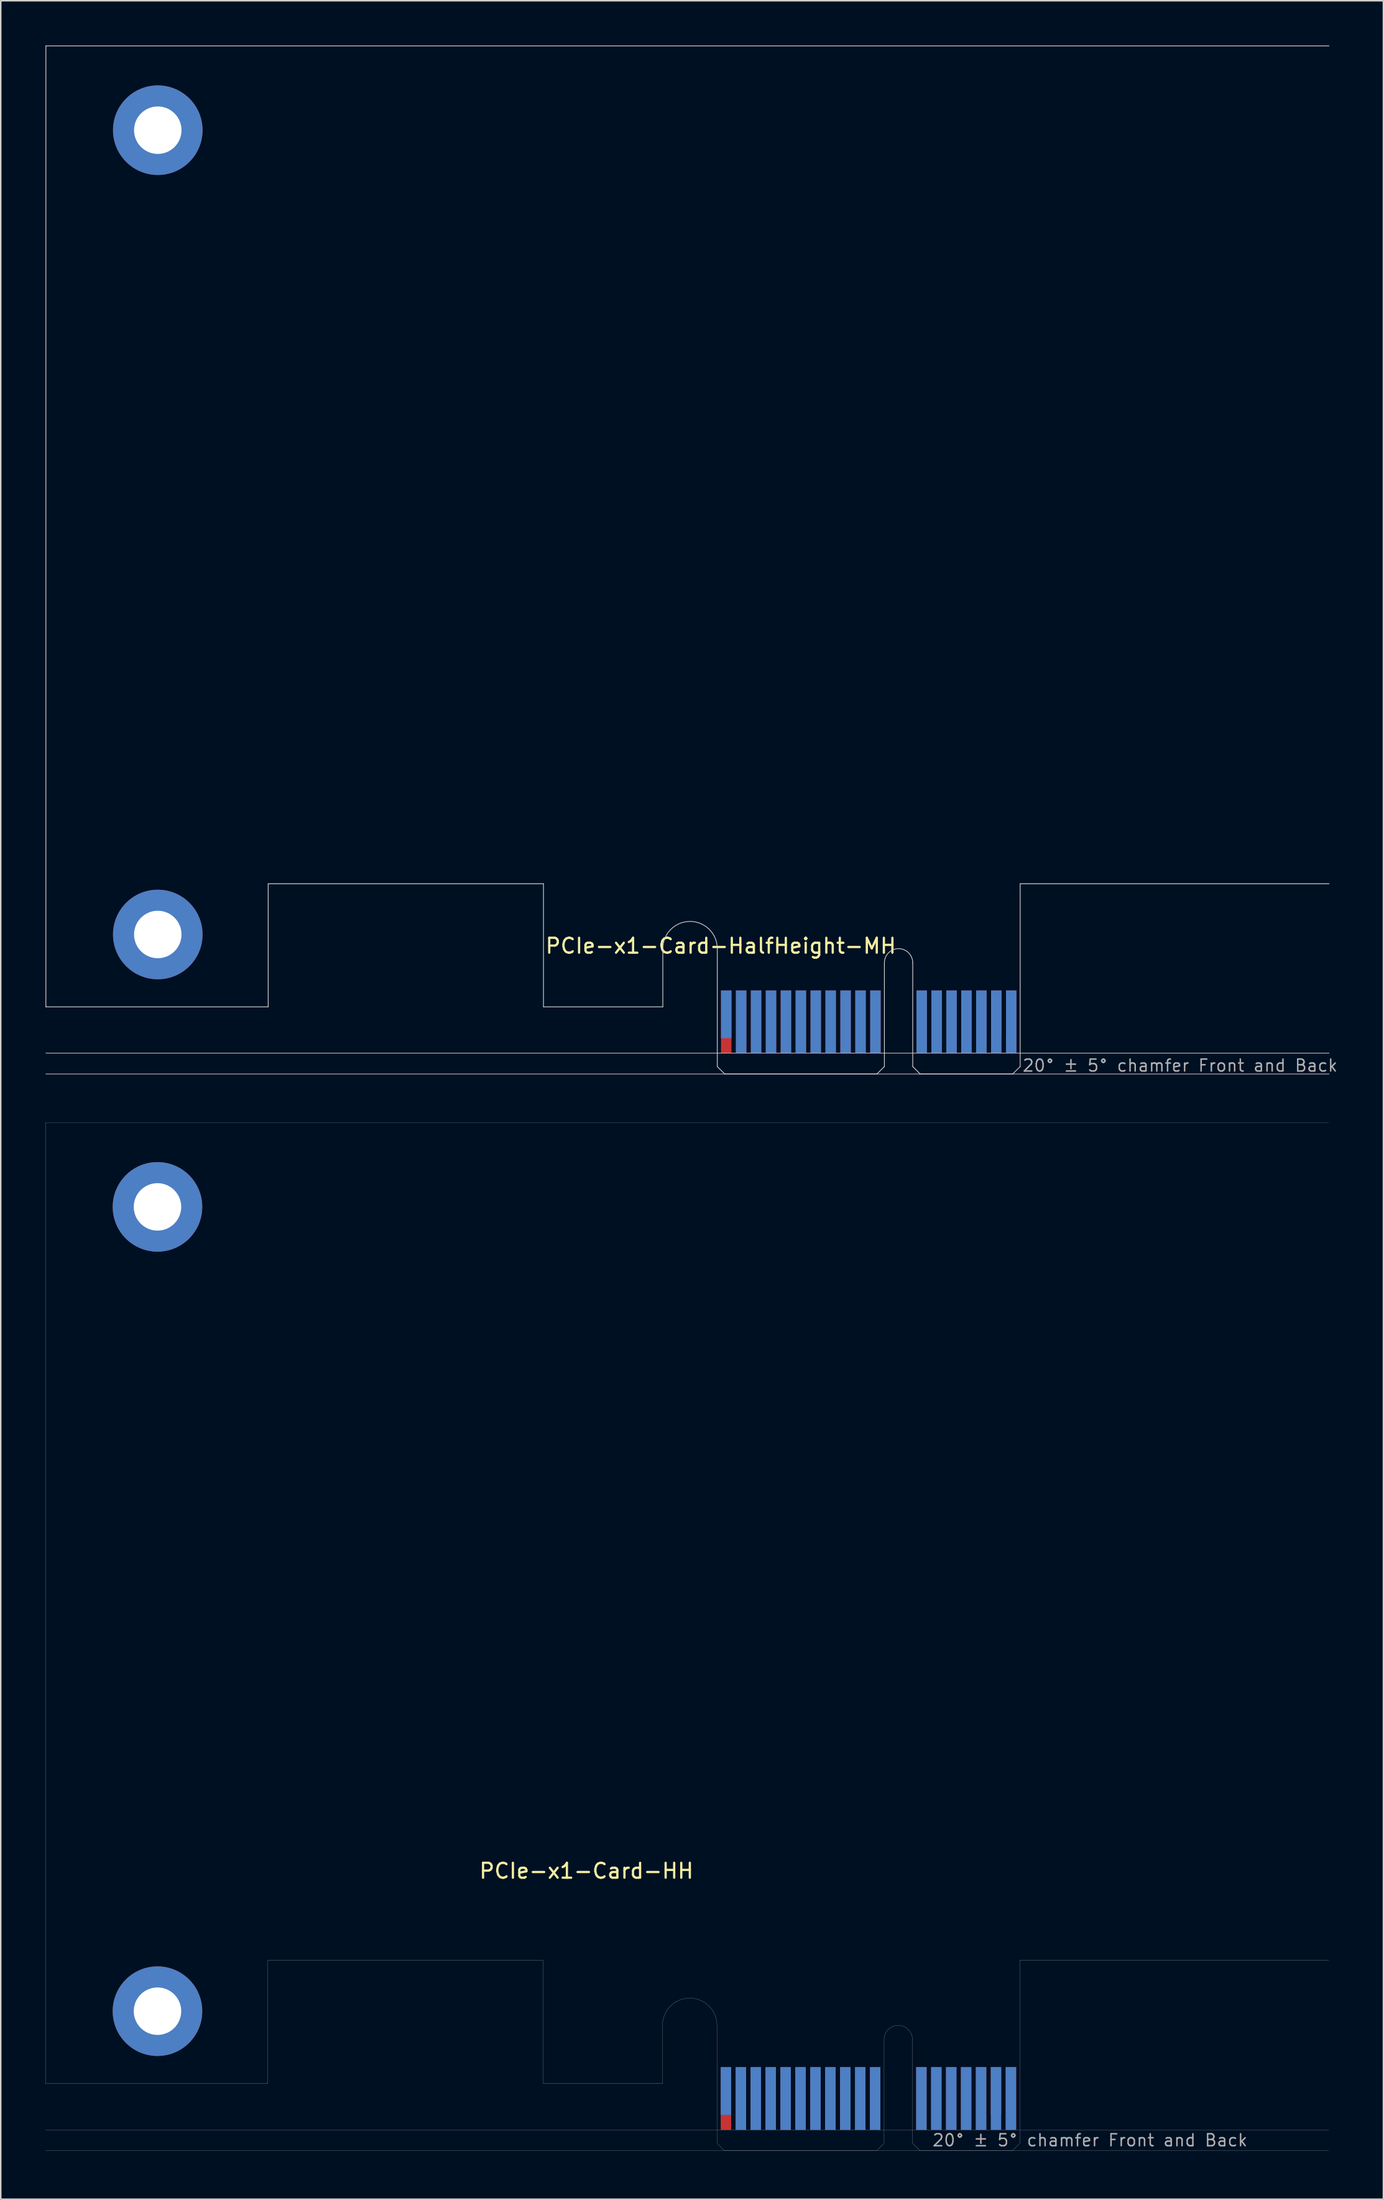
<source format=kicad_pcb>
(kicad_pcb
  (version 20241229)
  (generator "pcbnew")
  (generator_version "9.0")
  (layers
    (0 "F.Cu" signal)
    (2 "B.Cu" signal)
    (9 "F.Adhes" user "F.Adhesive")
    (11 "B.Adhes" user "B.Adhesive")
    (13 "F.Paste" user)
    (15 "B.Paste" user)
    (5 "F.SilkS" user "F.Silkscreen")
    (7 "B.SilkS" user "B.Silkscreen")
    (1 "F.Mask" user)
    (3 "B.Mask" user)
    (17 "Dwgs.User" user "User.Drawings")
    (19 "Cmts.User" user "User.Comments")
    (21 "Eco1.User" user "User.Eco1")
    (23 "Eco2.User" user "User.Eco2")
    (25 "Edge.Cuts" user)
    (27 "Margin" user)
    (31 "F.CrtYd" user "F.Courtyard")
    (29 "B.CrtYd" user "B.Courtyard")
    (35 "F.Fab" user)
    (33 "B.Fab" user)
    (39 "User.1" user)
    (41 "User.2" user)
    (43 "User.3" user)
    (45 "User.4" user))
  (footprint "PCIe-x1-Card-HalfHeight-MH"
    (layer "F.Cu")
    (at 45.025 68.925)
    (property "Reference" "PCIe-x1-Card-HalfHeight-MH" (at -11.6 -8 0) (layer "F.SilkS") (effects (font (size 1 1) (thickness 0.15)) (justify left bottom)))
    (attr exclude_from_pos_files exclude_from_bom)
    (fp_poly (pts (xy -3.65 -4.5) (xy -11.65 -4.5) (xy -11.65 -7.95) (xy -3.65 -7.95)) (stroke (width 0.1) (type solid)) (fill yes) (layer "F.Mask"))
    (fp_poly (pts (xy 11.2 -5.45) (xy 0 -5.45) (xy 0 0) (xy 11.2 0)) (stroke (width 0.1) (type solid)) (fill yes) (layer "F.Mask"))
    (fp_poly (pts (xy 20.3 -5.45) (xy 13.1 -5.45) (xy 13.1 0) (xy 20.3 0)) (stroke (width 0.1) (type solid)) (fill yes) (layer "F.Mask"))
    (fp_poly (pts (xy -3.65 -7.95) (xy -11.65 -7.95) (xy -11.65 -4.5) (xy -3.65 -4.5)) (stroke (width 0.1) (type solid)) (fill yes) (layer "B.Mask"))
    (fp_poly (pts (xy 11.2 0) (xy 0 0) (xy 0 -5.45) (xy 11.2 -5.45)) (stroke (width 0.1) (type solid)) (fill yes) (layer "B.Mask"))
    (fp_poly (pts (xy 20.3 -5.45) (xy 13.1 -5.45) (xy 13.1 0) (xy 20.3 0)) (stroke (width 0.1) (type solid)) (fill yes) (layer "B.Mask"))
    (fp_line (start -45 -68.9) (end 41 -68.9) (stroke (width 0.05) (type solid)) (layer "Edge.Cuts"))
    (fp_line (start -45 -4.5) (end -45 -68.9) (stroke (width 0.05) (type solid)) (layer "Edge.Cuts"))
    (fp_line (start -30.1 -12.75) (end -30.1 -4.5) (stroke (width 0.05) (type solid)) (layer "Edge.Cuts"))
    (fp_line (start -30.1 -4.5) (end -45 -4.5) (stroke (width 0.05) (type solid)) (layer "Edge.Cuts"))
    (fp_line (start -11.65 -12.75) (end -30.1 -12.75) (stroke (width 0.05) (type solid)) (layer "Edge.Cuts"))
    (fp_line (start -11.65 -4.5) (end -11.65 -12.75) (stroke (width 0.05) (type solid)) (layer "Edge.Cuts"))
    (fp_line (start -3.65 -4.5) (end -11.65 -4.5) (stroke (width 0.05) (type solid)) (layer "Edge.Cuts"))
    (fp_line (start -3.65 -4.5) (end -3.65 -8.4) (stroke (width 0.05) (type solid)) (layer "Edge.Cuts"))
    (fp_line (start 0 -0.5) (end 0 -8.4) (stroke (width 0.05) (type solid)) (layer "Edge.Cuts"))
    (fp_line (start 0.5 0) (end 0 -0.5) (stroke (width 0.05) (type solid)) (layer "Edge.Cuts"))
    (fp_line (start 0.5 0) (end 10.7 0) (stroke (width 0.05) (type solid)) (layer "Edge.Cuts"))
    (fp_line (start 10.7 0) (end 11.2 -0.5) (stroke (width 0.05) (type solid)) (layer "Edge.Cuts"))
    (fp_line (start 11.2 -0.5) (end 11.2 -7.45) (stroke (width 0.05) (type solid)) (layer "Edge.Cuts"))
    (fp_line (start 13.1 -0.5) (end 13.1 -7.45) (stroke (width 0.05) (type solid)) (layer "Edge.Cuts"))
    (fp_line (start 13.6 0) (end 13.1 -0.5) (stroke (width 0.05) (type solid)) (layer "Edge.Cuts"))
    (fp_line (start 19.8 0) (end 13.6 0) (stroke (width 0.05) (type solid)) (layer "Edge.Cuts"))
    (fp_line (start 19.8 0) (end 20.3 -0.5) (stroke (width 0.05) (type solid)) (layer "Edge.Cuts"))
    (fp_line (start 20.3 -12.75) (end 41 -12.75) (stroke (width 0.05) (type solid)) (layer "Edge.Cuts"))
    (fp_line (start 20.3 -0.5) (end 20.3 -12.75) (stroke (width 0.05) (type solid)) (layer "Edge.Cuts"))
    (fp_arc (start -3.65 -8.4) (mid -1.825 -10.225) (end 0 -8.4) (stroke (width 0.05) (type solid)) (layer "Edge.Cuts"))
    (fp_arc (start 11.2 -7.45) (mid 12.15 -8.4) (end 13.1 -7.45) (stroke (width 0.05) (type solid)) (layer "Edge.Cuts"))
    (fp_line (start -45 -1.4) (end 41 -1.4) (stroke (width 0.05) (type solid)) (layer "F.Fab"))
    (fp_line (start 41 0) (end -45 0) (stroke (width 0.05) (type solid)) (layer "F.Fab"))
    (fp_text user "20° ± 5° chamfer Front and Back" (at 20.4 -0.1 0) (layer "F.Fab") (effects (font (size 0.8 0.8) (thickness 0.1)) (justify left bottom)))
    (pad "A1" smd rect (at 0.6 -4) (size 0.7 3.2) (layers "B.Cu"))
    (pad "A2" smd rect (at 1.6 -3.5) (size 0.7 4.2) (layers "B.Cu"))
    (pad "A3" smd rect (at 2.6 -3.5) (size 0.7 4.2) (layers "B.Cu"))
    (pad "A4" smd rect (at 3.6 -3.5) (size 0.7 4.2) (layers "B.Cu"))
    (pad "A5" smd rect (at 4.6 -3.5) (size 0.7 4.2) (layers "B.Cu"))
    (pad "A6" smd rect (at 5.6 -3.5) (size 0.7 4.2) (layers "B.Cu"))
    (pad "A7" smd rect (at 6.6 -3.5) (size 0.7 4.2) (layers "B.Cu"))
    (pad "A8" smd rect (at 7.6 -3.5) (size 0.7 4.2) (layers "B.Cu"))
    (pad "A9" smd rect (at 8.6 -3.5) (size 0.7 4.2) (layers "B.Cu"))
    (pad "A10" smd rect (at 9.6 -3.5) (size 0.7 4.2) (layers "B.Cu"))
    (pad "A11" smd rect (at 10.6 -3.5) (size 0.7 4.2) (layers "B.Cu"))
    (pad "A12" smd rect (at 13.7 -3.5) (size 0.7 4.2) (layers "B.Cu"))
    (pad "A13" smd rect (at 14.7 -3.5) (size 0.7 4.2) (layers "B.Cu"))
    (pad "A14" smd rect (at 15.7 -3.5) (size 0.7 4.2) (layers "B.Cu"))
    (pad "A15" smd rect (at 16.7 -3.5) (size 0.7 4.2) (layers "B.Cu"))
    (pad "A16" smd rect (at 17.7 -3.5) (size 0.7 4.2) (layers "B.Cu"))
    (pad "A17" smd rect (at 18.7 -3.5) (size 0.7 4.2) (layers "B.Cu"))
    (pad "A18" smd rect (at 19.7 -3.5) (size 0.7 4.2) (layers "B.Cu"))
    (pad "B1" smd rect (at 0.6 -3.5) (size 0.7 4.2) (layers "F.Cu"))
    (pad "B2" smd rect (at 1.6 -3.5) (size 0.7 4.2) (layers "F.Cu"))
    (pad "B3" smd rect (at 2.6 -3.5) (size 0.7 4.2) (layers "F.Cu"))
    (pad "B4" smd rect (at 3.6 -3.5) (size 0.7 4.2) (layers "F.Cu"))
    (pad "B5" smd rect (at 4.6 -3.5) (size 0.7 4.2) (layers "F.Cu"))
    (pad "B6" smd rect (at 5.6 -3.5) (size 0.7 4.2) (layers "F.Cu"))
    (pad "B7" smd rect (at 6.6 -3.5) (size 0.7 4.2) (layers "F.Cu"))
    (pad "B8" smd rect (at 7.6 -3.5) (size 0.7 4.2) (layers "F.Cu"))
    (pad "B9" smd rect (at 8.6 -3.5) (size 0.7 4.2) (layers "F.Cu"))
    (pad "B10" smd rect (at 9.6 -3.5) (size 0.7 4.2) (layers "F.Cu"))
    (pad "B11" smd rect (at 10.6 -3.5) (size 0.7 4.2) (layers "F.Cu"))
    (pad "B12" smd rect (at 13.7 -3.5) (size 0.7 4.2) (layers "F.Cu"))
    (pad "B13" smd rect (at 14.7 -3.5) (size 0.7 4.2) (layers "F.Cu"))
    (pad "B14" smd rect (at 15.7 -3.5) (size 0.7 4.2) (layers "F.Cu"))
    (pad "B15" smd rect (at 16.7 -3.5) (size 0.7 4.2) (layers "F.Cu"))
    (pad "B16" smd rect (at 17.7 -3.5) (size 0.7 4.2) (layers "F.Cu"))
    (pad "B17" smd rect (at 18.7 -4) (size 0.7 3.2) (layers "F.Cu"))
    (pad "B18" smd rect (at 19.7 -3.5) (size 0.7 4.2) (layers "F.Cu"))
    (pad "GND" thru_hole circle (at -37.5 -63.25) (size 6 6) (drill 3.18) (layers "*.Cu" "*.Mask"))
    (pad "GND" thru_hole circle (at -37.5 -9.35) (size 6 6) (drill 3.18) (layers "*.Cu" "*.Mask")))
  (footprint "PCIe-x1-Card-HH"
    (layer "F.Cu")
    (at 45.005 141.08)
    (property "Reference" "PCIe-x1-Card-HH" (at -8.75 -18.75 0) (layer "F.SilkS") (effects (font (size 1 1) (thickness 0.15))))
    (attr smd)
    (fp_poly (pts (xy -3.65 -4.5) (xy -11.65 -4.5) (xy -11.65 -7.95) (xy -3.65 -7.95)) (stroke (width 0.1) (type solid)) (fill yes) (layer "F.Mask"))
    (fp_poly (pts (xy 11.2 -5.45) (xy 0 -5.45) (xy 0 0) (xy 11.2 0)) (stroke (width 0.1) (type solid)) (fill yes) (layer "F.Mask"))
    (fp_poly (pts (xy 20.3 -5.45) (xy 13.1 -5.45) (xy 13.1 0) (xy 20.3 0)) (stroke (width 0.1) (type solid)) (fill yes) (layer "F.Mask"))
    (fp_poly (pts (xy -3.65 -7.95) (xy -11.65 -7.95) (xy -11.65 -4.5) (xy -3.65 -4.5)) (stroke (width 0.1) (type solid)) (fill yes) (layer "B.Mask"))
    (fp_poly (pts (xy 11.2 0) (xy 0 0) (xy 0 -5.45) (xy 11.2 -5.45)) (stroke (width 0.1) (type solid)) (fill yes) (layer "B.Mask"))
    (fp_poly (pts (xy 20.3 -5.45) (xy 13.1 -5.45) (xy 13.1 0) (xy 20.3 0)) (stroke (width 0.1) (type solid)) (fill yes) (layer "B.Mask"))
    (fp_line (start -45 -68.9) (end 41 -68.9) (stroke (width 0.01) (type solid)) (layer "Edge.Cuts"))
    (fp_line (start -45 -4.5) (end -45 -68.9) (stroke (width 0.01) (type solid)) (layer "Edge.Cuts"))
    (fp_line (start -30.1 -12.75) (end -30.1 -4.5) (stroke (width 0.01) (type solid)) (layer "Edge.Cuts"))
    (fp_line (start -30.1 -4.5) (end -45 -4.5) (stroke (width 0.01) (type solid)) (layer "Edge.Cuts"))
    (fp_line (start -11.65 -12.75) (end -30.1 -12.75) (stroke (width 0.01) (type solid)) (layer "Edge.Cuts"))
    (fp_line (start -11.65 -4.5) (end -11.65 -12.75) (stroke (width 0.01) (type solid)) (layer "Edge.Cuts"))
    (fp_line (start -3.65 -4.5) (end -11.65 -4.5) (stroke (width 0.01) (type solid)) (layer "Edge.Cuts"))
    (fp_line (start -3.65 -4.5) (end -3.65 -8.4) (stroke (width 0.01) (type solid)) (layer "Edge.Cuts"))
    (fp_line (start 0 -0.5) (end 0 -8.4) (stroke (width 0.01) (type solid)) (layer "Edge.Cuts"))
    (fp_line (start 0.5 0) (end 0 -0.5) (stroke (width 0.01) (type solid)) (layer "Edge.Cuts"))
    (fp_line (start 0.5 0) (end 10.7 0) (stroke (width 0.01) (type solid)) (layer "Edge.Cuts"))
    (fp_line (start 10.7 0) (end 11.2 -0.5) (stroke (width 0.01) (type solid)) (layer "Edge.Cuts"))
    (fp_line (start 11.2 -0.5) (end 11.2 -7.45) (stroke (width 0.01) (type solid)) (layer "Edge.Cuts"))
    (fp_line (start 13.1 -0.5) (end 13.1 -7.45) (stroke (width 0.01) (type solid)) (layer "Edge.Cuts"))
    (fp_line (start 13.6 0) (end 13.1 -0.5) (stroke (width 0.01) (type solid)) (layer "Edge.Cuts"))
    (fp_line (start 19.8 0) (end 13.6 0) (stroke (width 0.01) (type solid)) (layer "Edge.Cuts"))
    (fp_line (start 19.8 0) (end 20.3 -0.5) (stroke (width 0.01) (type solid)) (layer "Edge.Cuts"))
    (fp_line (start 20.3 -12.75) (end 41 -12.75) (stroke (width 0.01) (type solid)) (layer "Edge.Cuts"))
    (fp_line (start 20.3 -0.5) (end 20.3 -12.75) (stroke (width 0.01) (type solid)) (layer "Edge.Cuts"))
    (fp_arc (start -3.65 -8.4) (mid -1.825 -10.225) (end 0 -8.4) (stroke (width 0.01) (type solid)) (layer "Edge.Cuts"))
    (fp_arc (start 11.2 -7.45) (mid 12.15 -8.4) (end 13.1 -7.45) (stroke (width 0.01) (type solid)) (layer "Edge.Cuts"))
    (fp_line (start -45 -1.4) (end 41 -1.4) (stroke (width 0.01) (type solid)) (layer "F.Fab"))
    (fp_line (start 41 0) (end -45 0) (stroke (width 0.01) (type solid)) (layer "F.Fab"))
    (fp_text user "20° ± 5° chamfer Front and Back" (at 25 -0.7 0) (layer "F.Fab") (effects (font (size 0.8 0.8) (thickness 0.1))))
    (pad "A1" smd rect (at 0.6 -4) (size 0.7 3.2) (layers "B.Cu"))
    (pad "A2" smd rect (at 1.6 -3.5) (size 0.7 4.2) (layers "B.Cu"))
    (pad "A3" smd rect (at 2.6 -3.5) (size 0.7 4.2) (layers "B.Cu"))
    (pad "A4" smd rect (at 3.6 -3.5) (size 0.7 4.2) (layers "B.Cu"))
    (pad "A5" smd rect (at 4.6 -3.5) (size 0.7 4.2) (layers "B.Cu"))
    (pad "A6" smd rect (at 5.6 -3.5) (size 0.7 4.2) (layers "B.Cu"))
    (pad "A7" smd rect (at 6.6 -3.5) (size 0.7 4.2) (layers "B.Cu"))
    (pad "A8" smd rect (at 7.6 -3.5) (size 0.7 4.2) (layers "B.Cu"))
    (pad "A9" smd rect (at 8.6 -3.5) (size 0.7 4.2) (layers "B.Cu"))
    (pad "A10" smd rect (at 9.6 -3.5) (size 0.7 4.2) (layers "B.Cu"))
    (pad "A11" smd rect (at 10.6 -3.5) (size 0.7 4.2) (layers "B.Cu"))
    (pad "A12" smd rect (at 13.7 -3.5) (size 0.7 4.2) (layers "B.Cu"))
    (pad "A13" smd rect (at 14.7 -3.5) (size 0.7 4.2) (layers "B.Cu"))
    (pad "A14" smd rect (at 15.7 -3.5) (size 0.7 4.2) (layers "B.Cu"))
    (pad "A15" smd rect (at 16.7 -3.5) (size 0.7 4.2) (layers "B.Cu"))
    (pad "A16" smd rect (at 17.7 -3.5) (size 0.7 4.2) (layers "B.Cu"))
    (pad "A17" smd rect (at 18.7 -3.5) (size 0.7 4.2) (layers "B.Cu"))
    (pad "A18" smd rect (at 19.7 -3.5) (size 0.7 4.2) (layers "B.Cu"))
    (pad "B1" smd rect (at 0.6 -3.5) (size 0.7 4.2) (layers "F.Cu"))
    (pad "B2" smd rect (at 1.6 -3.5) (size 0.7 4.2) (layers "F.Cu"))
    (pad "B3" smd rect (at 2.6 -3.5) (size 0.7 4.2) (layers "F.Cu"))
    (pad "B4" smd rect (at 3.6 -3.5) (size 0.7 4.2) (layers "F.Cu"))
    (pad "B5" smd rect (at 4.6 -3.5) (size 0.7 4.2) (layers "F.Cu"))
    (pad "B6" smd rect (at 5.6 -3.5) (size 0.7 4.2) (layers "F.Cu"))
    (pad "B7" smd rect (at 6.6 -3.5) (size 0.7 4.2) (layers "F.Cu"))
    (pad "B8" smd rect (at 7.6 -3.5) (size 0.7 4.2) (layers "F.Cu"))
    (pad "B9" smd rect (at 8.6 -3.5) (size 0.7 4.2) (layers "F.Cu"))
    (pad "B10" smd rect (at 9.6 -3.5) (size 0.7 4.2) (layers "F.Cu"))
    (pad "B11" smd rect (at 10.6 -3.5) (size 0.7 4.2) (layers "F.Cu"))
    (pad "B12" smd rect (at 13.7 -3.5) (size 0.7 4.2) (layers "F.Cu"))
    (pad "B13" smd rect (at 14.7 -3.5) (size 0.7 4.2) (layers "F.Cu"))
    (pad "B14" smd rect (at 15.7 -3.5) (size 0.7 4.2) (layers "F.Cu"))
    (pad "B15" smd rect (at 16.7 -3.5) (size 0.7 4.2) (layers "F.Cu"))
    (pad "B16" smd rect (at 17.7 -3.5) (size 0.7 4.2) (layers "F.Cu"))
    (pad "B17" smd rect (at 18.7 -4) (size 0.7 3.2) (layers "F.Cu"))
    (pad "B18" smd rect (at 19.7 -3.5) (size 0.7 4.2) (layers "F.Cu"))
    (pad "G1" thru_hole circle (at -37.5 -63.25) (size 6 6) (drill 3.18) (layers "*.Cu" "*.Mask"))
    (pad "G2" thru_hole circle (at -37.5 -9.35) (size 6 6) (drill 3.18) (layers "*.Cu" "*.Mask")))
  (gr_rect
    (start -3 -3)
    (end 89.67 144.33)
    (stroke (width 0.1) (type default))
    (fill no)
    (layer "Edge.Cuts")))
</source>
